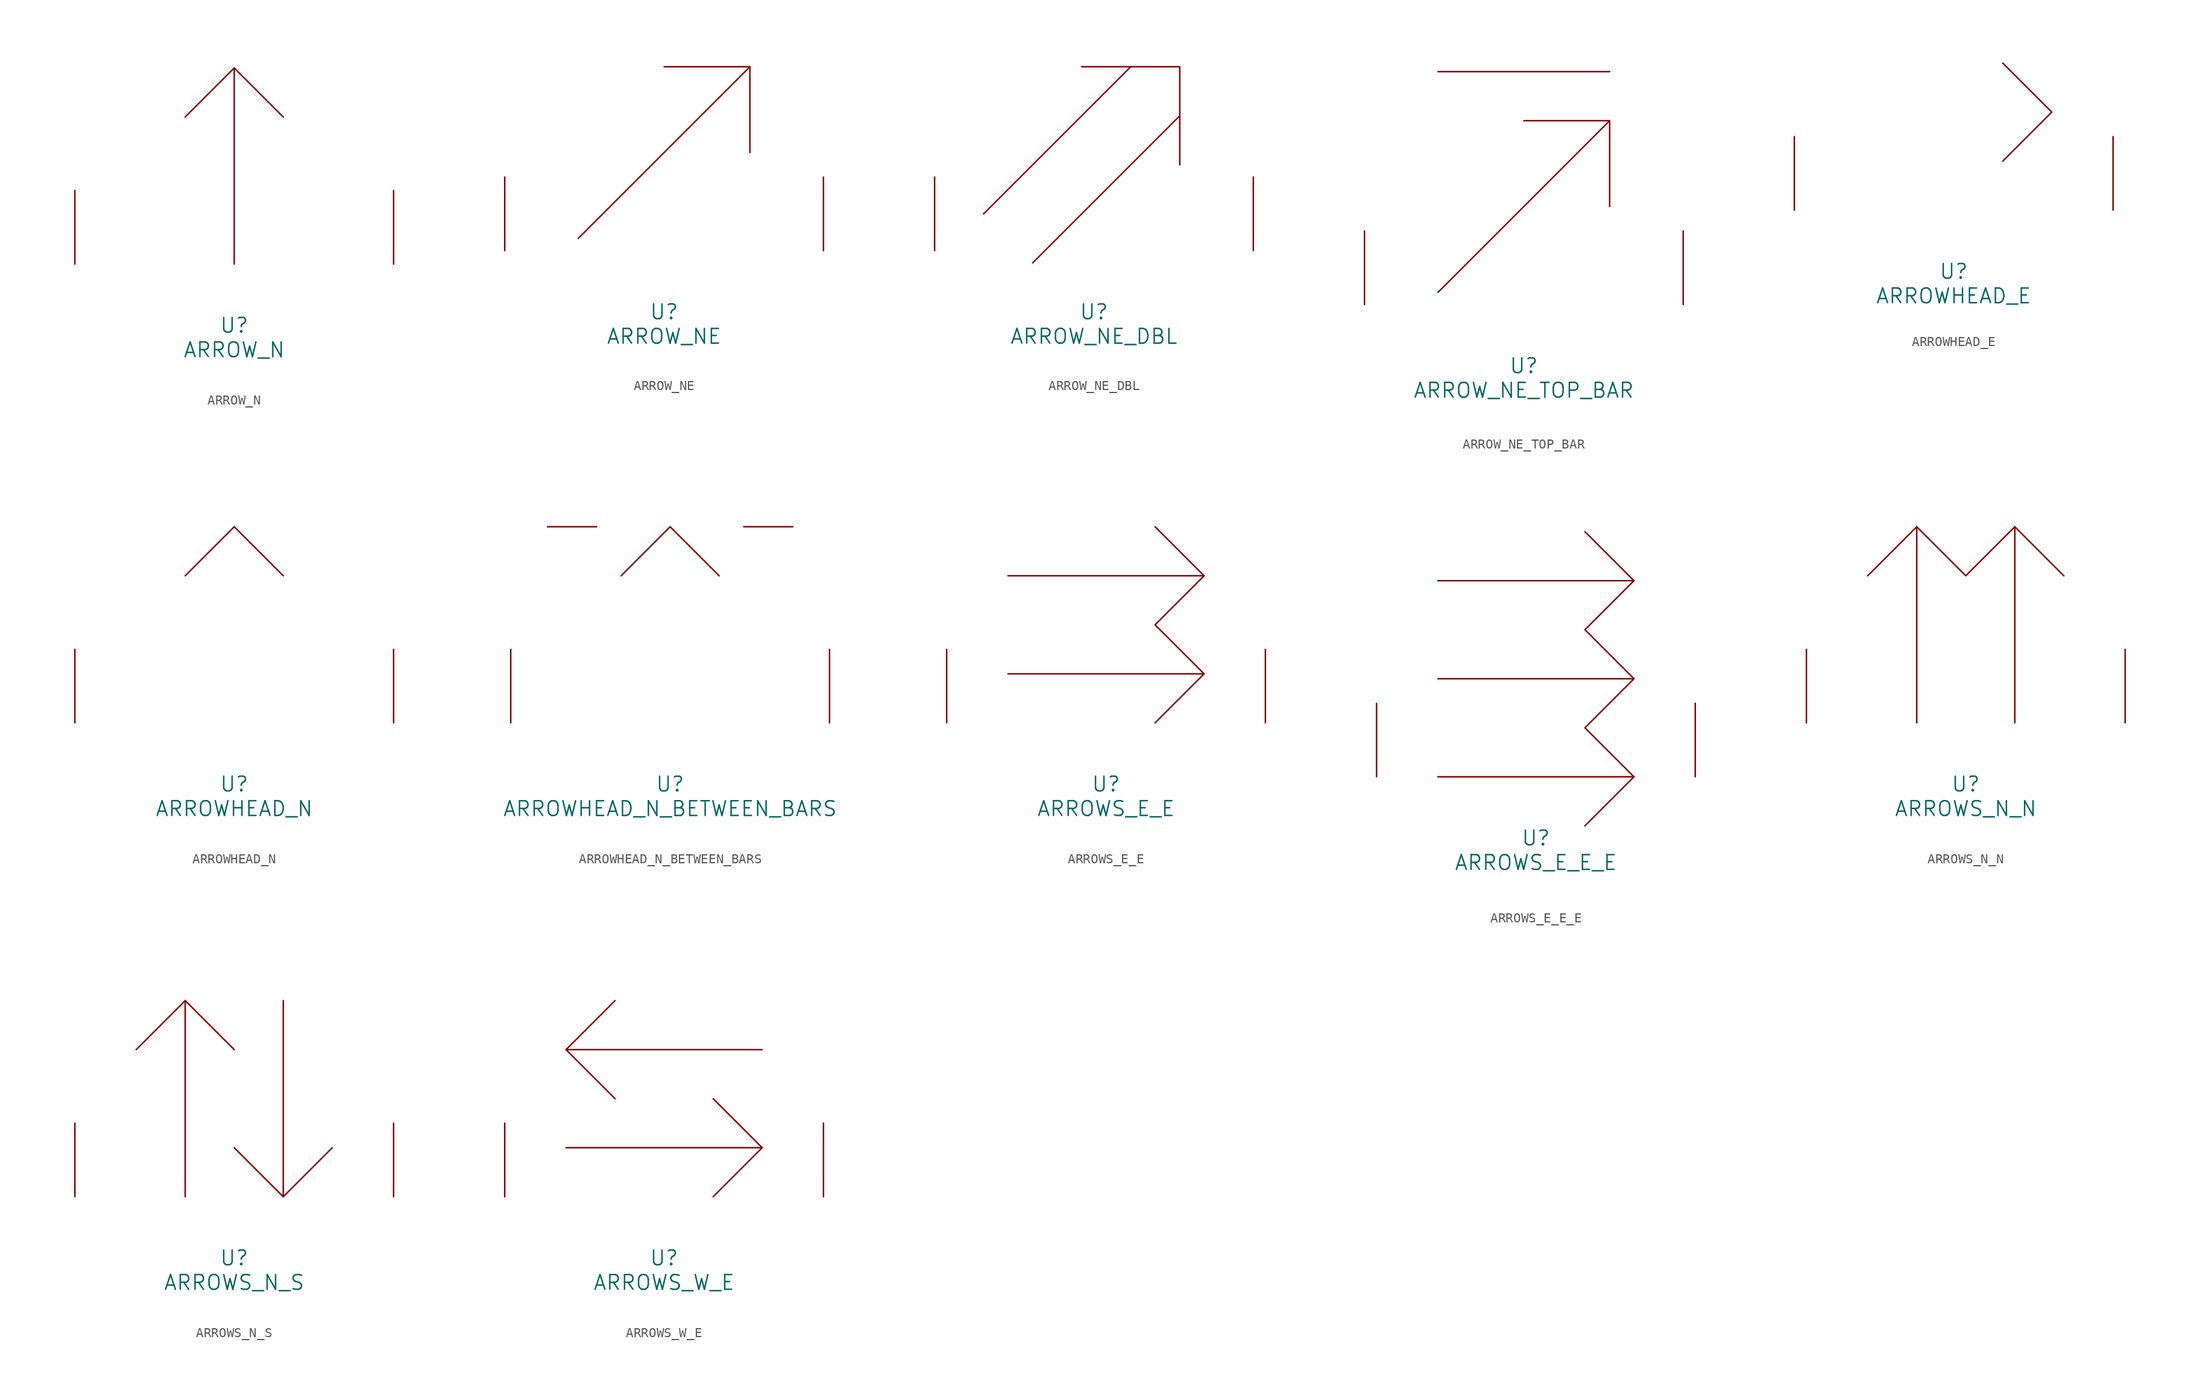
<source format=kicad_sym>
(kicad_symbol_lib
  (version 20220914)
  (generator font_lib2sym)
  (symbol "ARROW_N"
    (pin_names
      (offset 1.016))
    (property "Reference" "U"
      (at 0 -6.35 0)
      (effects (font (size 1.524 1.524))))
    (property "Value" "ARROW_N"
      (at 0 -8.89 0)
      (effects (font (size 1.524 1.524))))
    (symbol "ARROW_N_0_1"
      (polyline (pts (xy 0 0) (xy 0 20.32)) (stroke (width 0) (type solid)) (fill (type none)))
      (polyline (pts (xy -5.08 15.24) (xy 0 20.32) (xy 5.08 15.24)) (stroke (width 0) (type solid)) (fill (type none)))
      (pin input line (at -16.51 0 90) (length 7.62) (name "~" (effects (font (size 1.27 1.27)))) (number "~" (effects (font (size 1.27 1.27)))))
      (pin input line (at 16.51 0 90) (length 7.62) (name "~" (effects (font (size 1.27 1.27)))) (number "~" (effects (font (size 1.27 1.27)))))))
  (symbol "ARROW_NE"
    (pin_names
      (offset 1.016))
    (property "Reference" "U"
      (at 0 -6.35 0)
      (effects (font (size 1.524 1.524))))
    (property "Value" "ARROW_NE"
      (at 0 -8.89 0)
      (effects (font (size 1.524 1.524))))
    (symbol "ARROW_NE_0_1"
      (polyline (pts (xy 8.89 19.05) (xy -8.89 1.27)) (stroke (width 0) (type solid)) (fill (type none)))
      (polyline (pts (xy 0 19.05) (xy 8.89 19.05) (xy 8.89 10.16)) (stroke (width 0) (type solid)) (fill (type none)))
      (pin input line (at -16.51 0 90) (length 7.62) (name "~" (effects (font (size 1.27 1.27)))) (number "~" (effects (font (size 1.27 1.27)))))
      (pin input line (at 16.51 0 90) (length 7.62) (name "~" (effects (font (size 1.27 1.27)))) (number "~" (effects (font (size 1.27 1.27)))))))
  (symbol "ARROW_NE_DBL"
    (pin_names
      (offset 1.016))
    (property "Reference" "U"
      (at 0 -6.35 0)
      (effects (font (size 1.524 1.524))))
    (property "Value" "ARROW_NE_DBL"
      (at 0 -8.89 0)
      (effects (font (size 1.524 1.524))))
    (symbol "ARROW_NE_DBL_0_1"
      (polyline (pts (xy -11.43 3.81) (xy 3.81 19.05)) (stroke (width 0) (type solid)) (fill (type none)))
      (polyline (pts (xy -6.35 -1.27) (xy 8.89 13.97)) (stroke (width 0) (type solid)) (fill (type none)))
      (polyline (pts (xy -1.27 19.05) (xy 8.89 19.05) (xy 8.89 8.89)) (stroke (width 0) (type solid)) (fill (type none)))
      (pin input line (at -16.51 0 90) (length 7.62) (name "~" (effects (font (size 1.27 1.27)))) (number "~" (effects (font (size 1.27 1.27)))))
      (pin input line (at 16.51 0 90) (length 7.62) (name "~" (effects (font (size 1.27 1.27)))) (number "~" (effects (font (size 1.27 1.27)))))))
  (symbol "ARROW_NE_TOP_BAR"
    (pin_names
      (offset 1.016))
    (property "Reference" "U"
      (at 0 -6.35 0)
      (effects (font (size 1.524 1.524))))
    (property "Value" "ARROW_NE_TOP_BAR"
      (at 0 -8.89 0)
      (effects (font (size 1.524 1.524))))
    (symbol "ARROW_NE_TOP_BAR_0_1"
      (polyline (pts (xy 8.89 19.05) (xy -8.89 1.27)) (stroke (width 0) (type solid)) (fill (type none)))
      (polyline (pts (xy 8.89 24.13) (xy -8.89 24.13)) (stroke (width 0) (type solid)) (fill (type none)))
      (polyline (pts (xy 0 19.05) (xy 8.89 19.05) (xy 8.89 10.16)) (stroke (width 0) (type solid)) (fill (type none)))
      (pin input line (at -16.51 0 90) (length 7.62) (name "~" (effects (font (size 1.27 1.27)))) (number "~" (effects (font (size 1.27 1.27)))))
      (pin input line (at 16.51 0 90) (length 7.62) (name "~" (effects (font (size 1.27 1.27)))) (number "~" (effects (font (size 1.27 1.27)))))))
  (symbol "ARROWHEAD_E"
    (pin_names
      (offset 1.016))
    (property "Reference" "U"
      (at 0 -6.35 0)
      (effects (font (size 1.524 1.524))))
    (property "Value" "ARROWHEAD_E"
      (at 0 -8.89 0)
      (effects (font (size 1.524 1.524))))
    (symbol "ARROWHEAD_E_0_1"
      (polyline (pts (xy 5.08 5.08) (xy 10.16 10.16) (xy 5.08 15.24)) (stroke (width 0) (type solid)) (fill (type none)))
      (pin input line (at -16.51 0 90) (length 7.62) (name "~" (effects (font (size 1.27 1.27)))) (number "~" (effects (font (size 1.27 1.27)))))
      (pin input line (at 16.51 0 90) (length 7.62) (name "~" (effects (font (size 1.27 1.27)))) (number "~" (effects (font (size 1.27 1.27)))))))
  (symbol "ARROWHEAD_N"
    (pin_names
      (offset 1.016))
    (property "Reference" "U"
      (at 0 -6.35 0)
      (effects (font (size 1.524 1.524))))
    (property "Value" "ARROWHEAD_N"
      (at 0 -8.89 0)
      (effects (font (size 1.524 1.524))))
    (symbol "ARROWHEAD_N_0_1"
      (polyline (pts (xy -5.08 15.24) (xy 0 20.32) (xy 5.08 15.24)) (stroke (width 0) (type solid)) (fill (type none)))
      (pin input line (at -16.51 0 90) (length 7.62) (name "~" (effects (font (size 1.27 1.27)))) (number "~" (effects (font (size 1.27 1.27)))))
      (pin input line (at 16.51 0 90) (length 7.62) (name "~" (effects (font (size 1.27 1.27)))) (number "~" (effects (font (size 1.27 1.27)))))))
  (symbol "ARROWHEAD_N_BETWEEN_BARS"
    (pin_names
      (offset 1.016))
    (property "Reference" "U"
      (at 0 -6.35 0)
      (effects (font (size 1.524 1.524))))
    (property "Value" "ARROWHEAD_N_BETWEEN_BARS"
      (at 0 -8.89 0)
      (effects (font (size 1.524 1.524))))
    (symbol "ARROWHEAD_N_BETWEEN_BARS_0_1"
      (polyline (pts (xy -7.62 20.32) (xy -12.7 20.32)) (stroke (width 0) (type solid)) (fill (type none)))
      (polyline (pts (xy 7.62 20.32) (xy 12.7 20.32)) (stroke (width 0) (type solid)) (fill (type none)))
      (polyline (pts (xy -5.08 15.24) (xy 0 20.32) (xy 5.08 15.24)) (stroke (width 0) (type solid)) (fill (type none)))
      (pin input line (at -16.51 0 90) (length 7.62) (name "~" (effects (font (size 1.27 1.27)))) (number "~" (effects (font (size 1.27 1.27)))))
      (pin input line (at 16.51 0 90) (length 7.62) (name "~" (effects (font (size 1.27 1.27)))) (number "~" (effects (font (size 1.27 1.27)))))))
  (symbol "ARROWS_E_E"
    (pin_names
      (offset 1.016))
    (property "Reference" "U"
      (at 0 -6.35 0)
      (effects (font (size 1.524 1.524))))
    (property "Value" "ARROWS_E_E"
      (at 0 -8.89 0)
      (effects (font (size 1.524 1.524))))
    (symbol "ARROWS_E_E_0_1"
      (polyline (pts (xy -10.16 5.08) (xy 10.16 5.08)) (stroke (width 0) (type solid)) (fill (type none)))
      (polyline (pts (xy 10.16 15.24) (xy -10.16 15.24)) (stroke (width 0) (type solid)) (fill (type none)))
      (polyline (pts (xy 5.08 0) (xy 10.16 5.08) (xy 5.08 10.16) (xy 10.16 15.24) (xy 5.08 20.32)) (stroke (width 0) (type solid)) (fill (type none)))
      (pin input line (at -16.51 0 90) (length 7.62) (name "~" (effects (font (size 1.27 1.27)))) (number "~" (effects (font (size 1.27 1.27)))))
      (pin input line (at 16.51 0 90) (length 7.62) (name "~" (effects (font (size 1.27 1.27)))) (number "~" (effects (font (size 1.27 1.27)))))))
  (symbol "ARROWS_E_E_E"
    (pin_names
      (offset 1.016))
    (property "Reference" "U"
      (at 0 -6.35 0)
      (effects (font (size 1.524 1.524))))
    (property "Value" "ARROWS_E_E_E"
      (at 0 -8.89 0)
      (effects (font (size 1.524 1.524))))
    (symbol "ARROWS_E_E_E_0_1"
      (polyline (pts (xy -10.16 0) (xy 10.16 0)) (stroke (width 0) (type solid)) (fill (type none)))
      (polyline (pts (xy -10.16 20.32) (xy 10.16 20.32)) (stroke (width 0) (type solid)) (fill (type none)))
      (polyline (pts (xy 10.16 10.16) (xy -10.16 10.16)) (stroke (width 0) (type solid)) (fill (type none)))
      (polyline (pts (xy 5.08 25.4) (xy 10.16 20.32) (xy 5.08 15.24) (xy 10.16 10.16) (xy 5.08 5.08) (xy 10.16 0) (xy 5.08 -5.08)) (stroke (width 0) (type solid)) (fill (type none)))
      (pin input line (at -16.51 0 90) (length 7.62) (name "~" (effects (font (size 1.27 1.27)))) (number "~" (effects (font (size 1.27 1.27)))))
      (pin input line (at 16.51 0 90) (length 7.62) (name "~" (effects (font (size 1.27 1.27)))) (number "~" (effects (font (size 1.27 1.27)))))))
  (symbol "ARROWS_N_N"
    (pin_names
      (offset 1.016))
    (property "Reference" "U"
      (at 0 -6.35 0)
      (effects (font (size 1.524 1.524))))
    (property "Value" "ARROWS_N_N"
      (at 0 -8.89 0)
      (effects (font (size 1.524 1.524))))
    (symbol "ARROWS_N_N_0_1"
      (polyline (pts (xy -5.08 0) (xy -5.08 20.32)) (stroke (width 0) (type solid)) (fill (type none)))
      (polyline (pts (xy 5.08 20.32) (xy 5.08 0)) (stroke (width 0) (type solid)) (fill (type none)))
      (polyline (pts (xy -10.16 15.24) (xy -5.08 20.32) (xy 0 15.24) (xy 5.08 20.32) (xy 10.16 15.24)) (stroke (width 0) (type solid)) (fill (type none)))
      (pin input line (at -16.51 0 90) (length 7.62) (name "~" (effects (font (size 1.27 1.27)))) (number "~" (effects (font (size 1.27 1.27)))))
      (pin input line (at 16.51 0 90) (length 7.62) (name "~" (effects (font (size 1.27 1.27)))) (number "~" (effects (font (size 1.27 1.27)))))))
  (symbol "ARROWS_N_S"
    (pin_names
      (offset 1.016))
    (property "Reference" "U"
      (at 0 -6.35 0)
      (effects (font (size 1.524 1.524))))
    (property "Value" "ARROWS_N_S"
      (at 0 -8.89 0)
      (effects (font (size 1.524 1.524))))
    (symbol "ARROWS_N_S_0_1"
      (polyline (pts (xy -5.08 0) (xy -5.08 20.32)) (stroke (width 0) (type solid)) (fill (type none)))
      (polyline (pts (xy 5.08 20.32) (xy 5.08 0)) (stroke (width 0) (type solid)) (fill (type none)))
      (polyline (pts (xy -10.16 15.24) (xy -5.08 20.32) (xy 0 15.24)) (stroke (width 0) (type solid)) (fill (type none)))
      (polyline (pts (xy 0 5.08) (xy 5.08 0) (xy 10.16 5.08)) (stroke (width 0) (type solid)) (fill (type none)))
      (pin input line (at -16.51 0 90) (length 7.62) (name "~" (effects (font (size 1.27 1.27)))) (number "~" (effects (font (size 1.27 1.27)))))
      (pin input line (at 16.51 0 90) (length 7.62) (name "~" (effects (font (size 1.27 1.27)))) (number "~" (effects (font (size 1.27 1.27)))))))
  (symbol "ARROWS_W_E"
    (pin_names
      (offset 1.016))
    (property "Reference" "U"
      (at 0 -6.35 0)
      (effects (font (size 1.524 1.524))))
    (property "Value" "ARROWS_W_E"
      (at 0 -8.89 0)
      (effects (font (size 1.524 1.524))))
    (symbol "ARROWS_W_E_0_1"
      (polyline (pts (xy -10.16 5.08) (xy 10.16 5.08)) (stroke (width 0) (type solid)) (fill (type none)))
      (polyline (pts (xy 10.16 15.24) (xy -10.16 15.24)) (stroke (width 0) (type solid)) (fill (type none)))
      (polyline (pts (xy -5.08 10.16) (xy -10.16 15.24) (xy -5.08 20.32)) (stroke (width 0) (type solid)) (fill (type none)))
      (polyline (pts (xy 5.08 0) (xy 10.16 5.08) (xy 5.08 10.16)) (stroke (width 0) (type solid)) (fill (type none)))
      (pin input line (at -16.51 0 90) (length 7.62) (name "~" (effects (font (size 1.27 1.27)))) (number "~" (effects (font (size 1.27 1.27)))))
      (pin input line (at 16.51 0 90) (length 7.62) (name "~" (effects (font (size 1.27 1.27)))) (number "~" (effects (font (size 1.27 1.27))))))))
</source>
